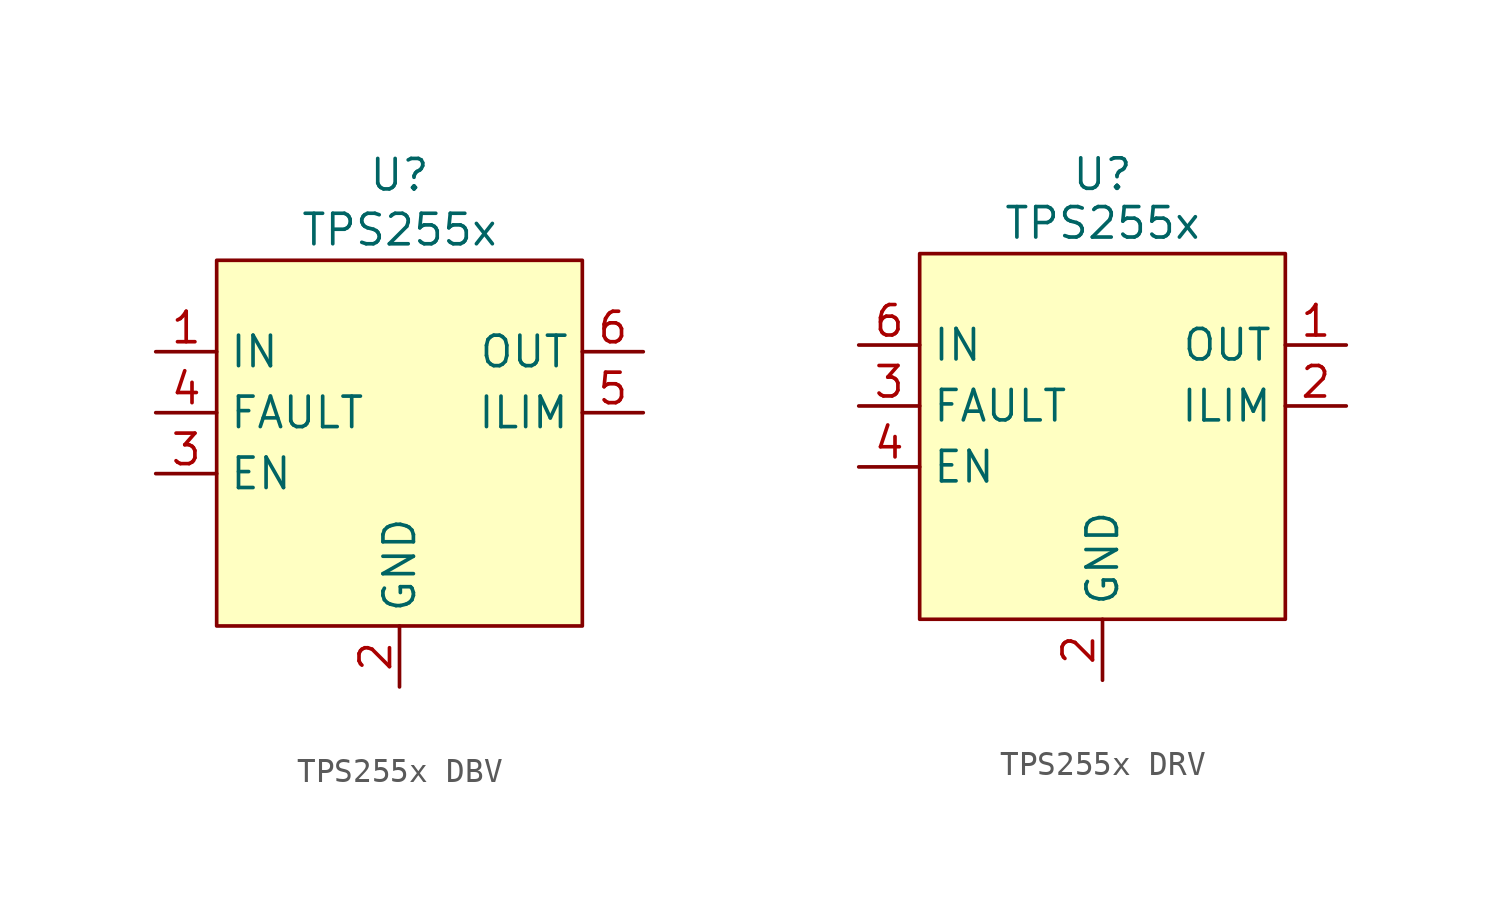
<source format=kicad_sym>
(kicad_symbol_lib
  (version 20241209)
  (generator "kicad_symbol_editor")
  (generator_version "9.0")
  (symbol "TPS255x DBV"
    (property "Reference" "U"
      (at 0 7.366 0)
      (effects (font (size 1.27 1.27))))
    (property "Value" "TPS255x"
      (at 0 5.08 0)
      (effects (font (size 1.27 1.27))))
    (symbol "TPS255x DBV_0_1"
      (rectangle (start -7.62 3.81) (end 7.62 -11.43) (stroke (width 0) (type default)) (fill (type background))))
    (symbol "TPS255x DBV_1_1"
      (pin power_in line (at -10.16 0 0) (length 2.54) (name "IN" (effects (font (size 1.27 1.27)))) (number "1" (effects (font (size 1.27 1.27)))))
      (pin output line (at -10.16 -2.54 0) (length 2.54) (name "FAULT" (effects (font (size 1.27 1.27)))) (number "4" (effects (font (size 1.27 1.27)))))
      (pin bidirectional line (at -10.16 -5.08 0) (length 2.54) (name "EN" (effects (font (size 1.27 1.27)))) (number "3" (effects (font (size 1.27 1.27)))))
      (pin power_out line (at 0 -13.97 90) (length 2.54) (name "GND" (effects (font (size 1.27 1.27)))) (number "2" (effects (font (size 1.27 1.27)))))
      (pin power_out line (at 10.16 0 180) (length 2.54) (name "OUT" (effects (font (size 1.27 1.27)))) (number "6" (effects (font (size 1.27 1.27)))))
      (pin bidirectional line (at 10.16 -2.54 180) (length 2.54) (name "ILIM" (effects (font (size 1.27 1.27)))) (number "5" (effects (font (size 1.27 1.27)))))))
  (symbol "TPS255x DRV"
    (property "Reference" "U"
      (at 0 7.112 0)
      (effects (font (size 1.27 1.27))))
    (property "Value" "TPS255x"
      (at 0 5.08 0)
      (effects (font (size 1.27 1.27))))
    (symbol "TPS255x DRV_0_1"
      (rectangle (start -7.62 3.81) (end 7.62 -11.43) (stroke (width 0) (type default)) (fill (type background))))
    (symbol "TPS255x DRV_1_1"
      (pin power_in line (at -10.16 0 0) (length 2.54) (name "IN" (effects (font (size 1.27 1.27)))) (number "6" (effects (font (size 1.27 1.27)))))
      (pin output line (at -10.16 -2.54 0) (length 2.54) (name "FAULT" (effects (font (size 1.27 1.27)))) (number "3" (effects (font (size 1.27 1.27)))))
      (pin bidirectional line (at -10.16 -5.08 0) (length 2.54) (name "EN" (effects (font (size 1.27 1.27)))) (number "4" (effects (font (size 1.27 1.27)))))
      (pin power_out line (at 0 -13.97 90) (length 2.54) (name "GND" (effects (font (size 1.27 1.27)))) (number "2" (effects (font (size 1.27 1.27)))))
      (pin power_out line (at 10.16 0 180) (length 2.54) (name "OUT" (effects (font (size 1.27 1.27)))) (number "1" (effects (font (size 1.27 1.27)))))
      (pin bidirectional line (at 10.16 -2.54 180) (length 2.54) (name "ILIM" (effects (font (size 1.27 1.27)))) (number "2" (effects (font (size 1.27 1.27))))))))
</source>
